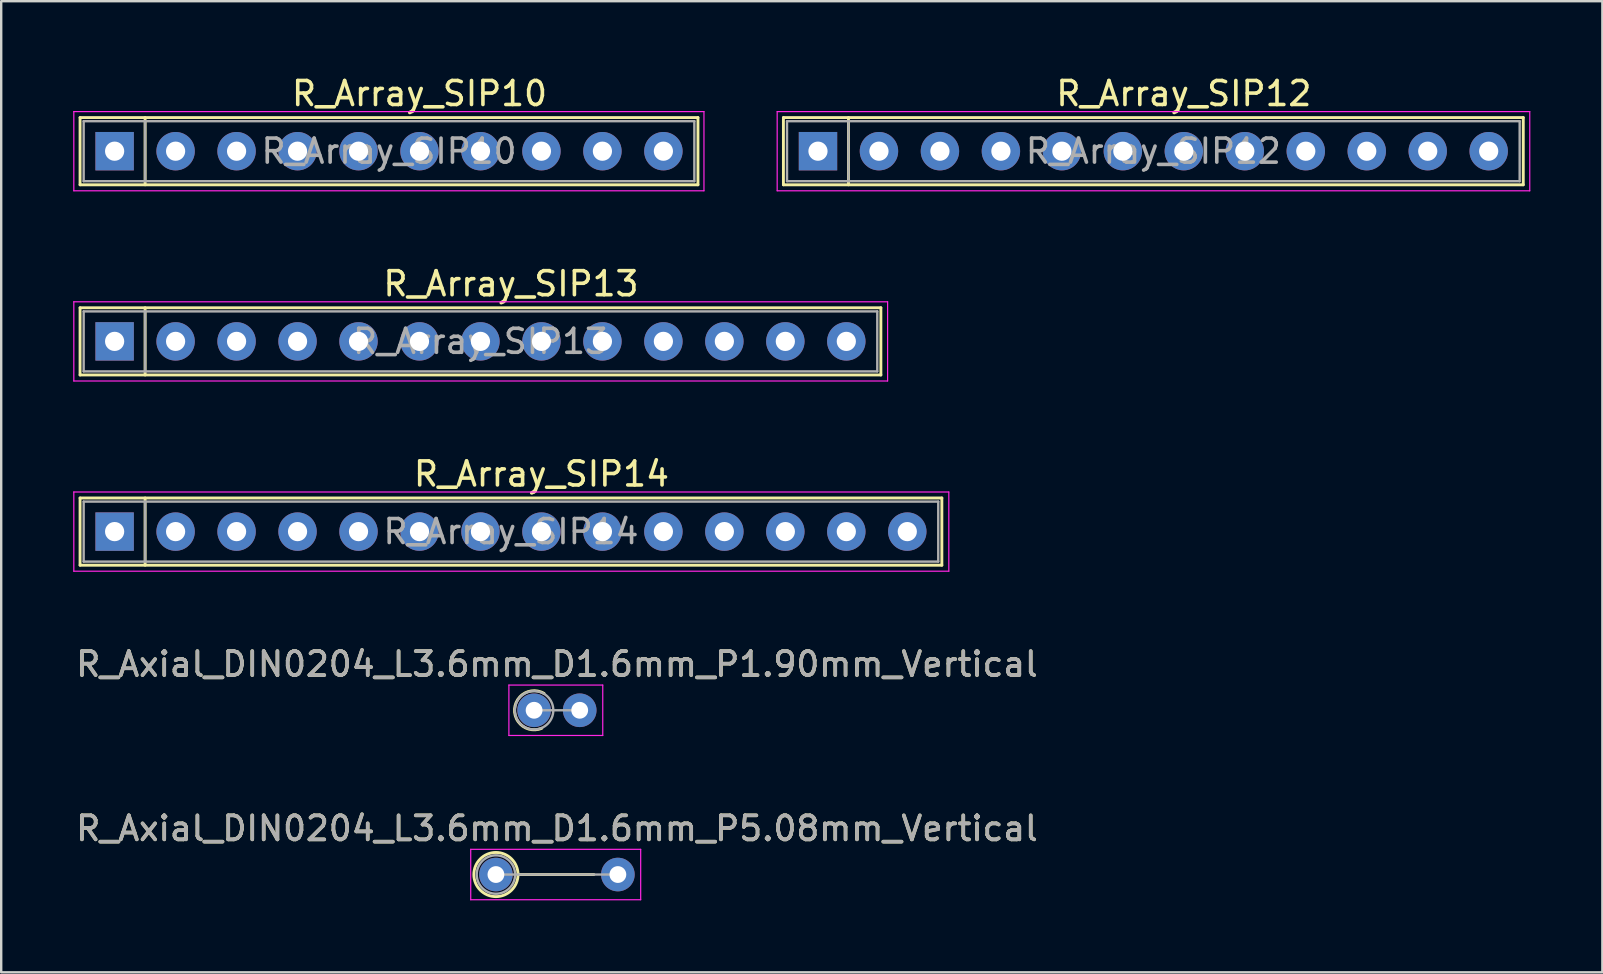
<source format=kicad_pcb>
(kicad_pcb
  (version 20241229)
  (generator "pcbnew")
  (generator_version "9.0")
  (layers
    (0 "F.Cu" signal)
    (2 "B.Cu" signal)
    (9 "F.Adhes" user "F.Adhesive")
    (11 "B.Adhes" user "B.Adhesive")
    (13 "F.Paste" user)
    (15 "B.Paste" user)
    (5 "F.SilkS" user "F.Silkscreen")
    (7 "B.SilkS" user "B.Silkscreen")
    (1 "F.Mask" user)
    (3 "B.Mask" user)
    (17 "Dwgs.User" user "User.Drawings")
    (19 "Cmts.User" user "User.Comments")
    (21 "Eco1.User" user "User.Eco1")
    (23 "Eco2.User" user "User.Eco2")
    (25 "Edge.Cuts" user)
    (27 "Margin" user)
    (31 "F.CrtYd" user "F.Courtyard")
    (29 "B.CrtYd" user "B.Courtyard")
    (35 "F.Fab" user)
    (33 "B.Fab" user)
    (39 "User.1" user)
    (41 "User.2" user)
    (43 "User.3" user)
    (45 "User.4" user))
  (footprint "R_Array_SIP12"
    (layer "F.Cu")
    (at 31.025 3.248)
    (property "Reference" "R_Array_SIP12" (at 15.24 -2.4 0) (layer "F.SilkS") (effects (font (size 1 1) (thickness 0.15))))
    (attr through_hole)
    (fp_line (start -1.44 -1.4) (end -1.44 1.4) (stroke (width 0.12) (type solid)) (layer "F.SilkS"))
    (fp_line (start -1.44 1.4) (end 29.38 1.4) (stroke (width 0.12) (type solid)) (layer "F.SilkS"))
    (fp_line (start 1.27 -1.4) (end 1.27 1.4) (stroke (width 0.12) (type solid)) (layer "F.SilkS"))
    (fp_line (start 29.38 -1.4) (end -1.44 -1.4) (stroke (width 0.12) (type solid)) (layer "F.SilkS"))
    (fp_line (start 29.38 1.4) (end 29.38 -1.4) (stroke (width 0.12) (type solid)) (layer "F.SilkS"))
    (fp_line (start -1.7 -1.65) (end -1.7 1.65) (stroke (width 0.05) (type solid)) (layer "F.CrtYd"))
    (fp_line (start -1.7 1.65) (end 29.65 1.65) (stroke (width 0.05) (type solid)) (layer "F.CrtYd"))
    (fp_line (start 29.65 -1.65) (end -1.7 -1.65) (stroke (width 0.05) (type solid)) (layer "F.CrtYd"))
    (fp_line (start 29.65 1.65) (end 29.65 -1.65) (stroke (width 0.05) (type solid)) (layer "F.CrtYd"))
    (fp_line (start -1.29 -1.25) (end -1.29 1.25) (stroke (width 0.1) (type solid)) (layer "F.Fab"))
    (fp_line (start -1.29 1.25) (end 29.23 1.25) (stroke (width 0.1) (type solid)) (layer "F.Fab"))
    (fp_line (start 1.27 -1.25) (end 1.27 1.25) (stroke (width 0.1) (type solid)) (layer "F.Fab"))
    (fp_line (start 29.23 -1.25) (end -1.29 -1.25) (stroke (width 0.1) (type solid)) (layer "F.Fab"))
    (fp_line (start 29.23 1.25) (end 29.23 -1.25) (stroke (width 0.1) (type solid)) (layer "F.Fab"))
    (fp_text user "${REFERENCE}" (at 13.97 0 0) (layer "F.Fab") (effects (font (size 1 1) (thickness 0.15))))
    (pad "1" thru_hole rect (at 0 0) (size 1.6 1.6) (drill 0.8) (layers "*.Cu" "*.Mask"))
    (pad "2" thru_hole oval (at 2.54 0) (size 1.6 1.6) (drill 0.8) (layers "*.Cu" "*.Mask"))
    (pad "3" thru_hole oval (at 5.08 0) (size 1.6 1.6) (drill 0.8) (layers "*.Cu" "*.Mask"))
    (pad "4" thru_hole oval (at 7.62 0) (size 1.6 1.6) (drill 0.8) (layers "*.Cu" "*.Mask"))
    (pad "5" thru_hole oval (at 10.16 0) (size 1.6 1.6) (drill 0.8) (layers "*.Cu" "*.Mask"))
    (pad "6" thru_hole oval (at 12.7 0) (size 1.6 1.6) (drill 0.8) (layers "*.Cu" "*.Mask"))
    (pad "7" thru_hole oval (at 15.24 0) (size 1.6 1.6) (drill 0.8) (layers "*.Cu" "*.Mask"))
    (pad "8" thru_hole oval (at 17.78 0) (size 1.6 1.6) (drill 0.8) (layers "*.Cu" "*.Mask"))
    (pad "9" thru_hole oval (at 20.32 0) (size 1.6 1.6) (drill 0.8) (layers "*.Cu" "*.Mask"))
    (pad "10" thru_hole oval (at 22.86 0) (size 1.6 1.6) (drill 0.8) (layers "*.Cu" "*.Mask"))
    (pad "11" thru_hole oval (at 25.4 0) (size 1.6 1.6) (drill 0.8) (layers "*.Cu" "*.Mask"))
    (pad "12" thru_hole oval (at 27.94 0) (size 1.6 1.6) (drill 0.8) (layers "*.Cu" "*.Mask")))
  (footprint "R_Axial_DIN0204_L3.6mm_D1.6mm_P1.90mm_Vertical"
    (layer "F.Cu")
    (at 19.199 26.538)
    (property "Reference" "R_Axial_DIN0204_L3.6mm_D1.6mm_P1.90mm_Vertical" (at 0.95 -1.92 0) (layer "F.SilkS") (effects (font (size 1 1) (thickness 0.15))))
    (attr through_hole)
    (fp_arc (start 0.320095 0.749359) (mid -0.813042 -0.054435) (end 0.417133 -0.7) (stroke (width 0.12) (type solid)) (layer "F.SilkS"))
    (fp_line (start -1.05 -1.05) (end -1.05 1.05) (stroke (width 0.05) (type solid)) (layer "F.CrtYd"))
    (fp_line (start -1.05 1.05) (end 2.86 1.05) (stroke (width 0.05) (type solid)) (layer "F.CrtYd"))
    (fp_line (start 2.86 -1.05) (end -1.05 -1.05) (stroke (width 0.05) (type solid)) (layer "F.CrtYd"))
    (fp_line (start 2.86 1.05) (end 2.86 -1.05) (stroke (width 0.05) (type solid)) (layer "F.CrtYd"))
    (fp_line (start 0 0) (end 1.9 0) (stroke (width 0.1) (type solid)) (layer "F.Fab"))
    (fp_circle (center 0 0) (end 0.8 0) (stroke (width 0.1) (type solid)) (fill no) (layer "F.Fab"))
    (fp_text user "${REFERENCE}" (at 0.95 -1.92 0) (layer "F.Fab") (effects (font (size 1 1) (thickness 0.15))))
    (pad "1" thru_hole circle (at 0 0) (size 1.4 1.4) (drill 0.7) (layers "*.Cu" "*.Mask"))
    (pad "2" thru_hole oval (at 1.9 0) (size 1.4 1.4) (drill 0.7) (layers "*.Cu" "*.Mask")))
  (footprint "R_Array_SIP13"
    (layer "F.Cu")
    (at 1.725 11.171)
    (property "Reference" "R_Array_SIP13" (at 16.51 -2.4 0) (layer "F.SilkS") (effects (font (size 1 1) (thickness 0.15))))
    (attr through_hole)
    (fp_line (start -1.44 -1.4) (end -1.44 1.4) (stroke (width 0.12) (type solid)) (layer "F.SilkS"))
    (fp_line (start -1.44 1.4) (end 31.92 1.4) (stroke (width 0.12) (type solid)) (layer "F.SilkS"))
    (fp_line (start 1.27 -1.4) (end 1.27 1.4) (stroke (width 0.12) (type solid)) (layer "F.SilkS"))
    (fp_line (start 31.92 -1.4) (end -1.44 -1.4) (stroke (width 0.12) (type solid)) (layer "F.SilkS"))
    (fp_line (start 31.92 1.4) (end 31.92 -1.4) (stroke (width 0.12) (type solid)) (layer "F.SilkS"))
    (fp_line (start -1.7 -1.65) (end -1.7 1.65) (stroke (width 0.05) (type solid)) (layer "F.CrtYd"))
    (fp_line (start -1.7 1.65) (end 32.2 1.65) (stroke (width 0.05) (type solid)) (layer "F.CrtYd"))
    (fp_line (start 32.2 -1.65) (end -1.7 -1.65) (stroke (width 0.05) (type solid)) (layer "F.CrtYd"))
    (fp_line (start 32.2 1.65) (end 32.2 -1.65) (stroke (width 0.05) (type solid)) (layer "F.CrtYd"))
    (fp_line (start -1.29 -1.25) (end -1.29 1.25) (stroke (width 0.1) (type solid)) (layer "F.Fab"))
    (fp_line (start -1.29 1.25) (end 31.77 1.25) (stroke (width 0.1) (type solid)) (layer "F.Fab"))
    (fp_line (start 1.27 -1.25) (end 1.27 1.25) (stroke (width 0.1) (type solid)) (layer "F.Fab"))
    (fp_line (start 31.77 -1.25) (end -1.29 -1.25) (stroke (width 0.1) (type solid)) (layer "F.Fab"))
    (fp_line (start 31.77 1.25) (end 31.77 -1.25) (stroke (width 0.1) (type solid)) (layer "F.Fab"))
    (fp_text user "${REFERENCE}" (at 15.24 0 0) (layer "F.Fab") (effects (font (size 1 1) (thickness 0.15))))
    (pad "1" thru_hole rect (at 0 0) (size 1.6 1.6) (drill 0.8) (layers "*.Cu" "*.Mask"))
    (pad "2" thru_hole oval (at 2.54 0) (size 1.6 1.6) (drill 0.8) (layers "*.Cu" "*.Mask"))
    (pad "3" thru_hole oval (at 5.08 0) (size 1.6 1.6) (drill 0.8) (layers "*.Cu" "*.Mask"))
    (pad "4" thru_hole oval (at 7.62 0) (size 1.6 1.6) (drill 0.8) (layers "*.Cu" "*.Mask"))
    (pad "5" thru_hole oval (at 10.16 0) (size 1.6 1.6) (drill 0.8) (layers "*.Cu" "*.Mask"))
    (pad "6" thru_hole oval (at 12.7 0) (size 1.6 1.6) (drill 0.8) (layers "*.Cu" "*.Mask"))
    (pad "7" thru_hole oval (at 15.24 0) (size 1.6 1.6) (drill 0.8) (layers "*.Cu" "*.Mask"))
    (pad "8" thru_hole oval (at 17.78 0) (size 1.6 1.6) (drill 0.8) (layers "*.Cu" "*.Mask"))
    (pad "9" thru_hole oval (at 20.32 0) (size 1.6 1.6) (drill 0.8) (layers "*.Cu" "*.Mask"))
    (pad "10" thru_hole oval (at 22.86 0) (size 1.6 1.6) (drill 0.8) (layers "*.Cu" "*.Mask"))
    (pad "11" thru_hole oval (at 25.4 0) (size 1.6 1.6) (drill 0.8) (layers "*.Cu" "*.Mask"))
    (pad "12" thru_hole oval (at 27.94 0) (size 1.6 1.6) (drill 0.8) (layers "*.Cu" "*.Mask"))
    (pad "13" thru_hole oval (at 30.48 0) (size 1.6 1.6) (drill 0.8) (layers "*.Cu" "*.Mask")))
  (footprint "R_Array_SIP14"
    (layer "F.Cu")
    (at 1.725 19.095)
    (property "Reference" "R_Array_SIP14" (at 17.78 -2.4 0) (layer "F.SilkS") (effects (font (size 1 1) (thickness 0.15))))
    (attr through_hole)
    (fp_line (start -1.44 -1.4) (end -1.44 1.4) (stroke (width 0.12) (type solid)) (layer "F.SilkS"))
    (fp_line (start -1.44 1.4) (end 34.46 1.4) (stroke (width 0.12) (type solid)) (layer "F.SilkS"))
    (fp_line (start 1.27 -1.4) (end 1.27 1.4) (stroke (width 0.12) (type solid)) (layer "F.SilkS"))
    (fp_line (start 34.46 -1.4) (end -1.44 -1.4) (stroke (width 0.12) (type solid)) (layer "F.SilkS"))
    (fp_line (start 34.46 1.4) (end 34.46 -1.4) (stroke (width 0.12) (type solid)) (layer "F.SilkS"))
    (fp_line (start -1.7 -1.65) (end -1.7 1.65) (stroke (width 0.05) (type solid)) (layer "F.CrtYd"))
    (fp_line (start -1.7 1.65) (end 34.75 1.65) (stroke (width 0.05) (type solid)) (layer "F.CrtYd"))
    (fp_line (start 34.75 -1.65) (end -1.7 -1.65) (stroke (width 0.05) (type solid)) (layer "F.CrtYd"))
    (fp_line (start 34.75 1.65) (end 34.75 -1.65) (stroke (width 0.05) (type solid)) (layer "F.CrtYd"))
    (fp_line (start -1.29 -1.25) (end -1.29 1.25) (stroke (width 0.1) (type solid)) (layer "F.Fab"))
    (fp_line (start -1.29 1.25) (end 34.31 1.25) (stroke (width 0.1) (type solid)) (layer "F.Fab"))
    (fp_line (start 1.27 -1.25) (end 1.27 1.25) (stroke (width 0.1) (type solid)) (layer "F.Fab"))
    (fp_line (start 34.31 -1.25) (end -1.29 -1.25) (stroke (width 0.1) (type solid)) (layer "F.Fab"))
    (fp_line (start 34.31 1.25) (end 34.31 -1.25) (stroke (width 0.1) (type solid)) (layer "F.Fab"))
    (fp_text user "${REFERENCE}" (at 16.51 0 0) (layer "F.Fab") (effects (font (size 1 1) (thickness 0.15))))
    (pad "1" thru_hole rect (at 0 0) (size 1.6 1.6) (drill 0.8) (layers "*.Cu" "*.Mask"))
    (pad "2" thru_hole oval (at 2.54 0) (size 1.6 1.6) (drill 0.8) (layers "*.Cu" "*.Mask"))
    (pad "3" thru_hole oval (at 5.08 0) (size 1.6 1.6) (drill 0.8) (layers "*.Cu" "*.Mask"))
    (pad "4" thru_hole oval (at 7.62 0) (size 1.6 1.6) (drill 0.8) (layers "*.Cu" "*.Mask"))
    (pad "5" thru_hole oval (at 10.16 0) (size 1.6 1.6) (drill 0.8) (layers "*.Cu" "*.Mask"))
    (pad "6" thru_hole oval (at 12.7 0) (size 1.6 1.6) (drill 0.8) (layers "*.Cu" "*.Mask"))
    (pad "7" thru_hole oval (at 15.24 0) (size 1.6 1.6) (drill 0.8) (layers "*.Cu" "*.Mask"))
    (pad "8" thru_hole oval (at 17.78 0) (size 1.6 1.6) (drill 0.8) (layers "*.Cu" "*.Mask"))
    (pad "9" thru_hole oval (at 20.32 0) (size 1.6 1.6) (drill 0.8) (layers "*.Cu" "*.Mask"))
    (pad "10" thru_hole oval (at 22.86 0) (size 1.6 1.6) (drill 0.8) (layers "*.Cu" "*.Mask"))
    (pad "11" thru_hole oval (at 25.4 0) (size 1.6 1.6) (drill 0.8) (layers "*.Cu" "*.Mask"))
    (pad "12" thru_hole oval (at 27.94 0) (size 1.6 1.6) (drill 0.8) (layers "*.Cu" "*.Mask"))
    (pad "13" thru_hole oval (at 30.48 0) (size 1.6 1.6) (drill 0.8) (layers "*.Cu" "*.Mask"))
    (pad "14" thru_hole oval (at 33.02 0) (size 1.6 1.6) (drill 0.8) (layers "*.Cu" "*.Mask")))
  (footprint "R_Axial_DIN0204_L3.6mm_D1.6mm_P5.08mm_Vertical"
    (layer "F.Cu")
    (at 17.609 33.381)
    (property "Reference" "R_Axial_DIN0204_L3.6mm_D1.6mm_P5.08mm_Vertical" (at 2.54 -1.92 0) (layer "F.SilkS") (effects (font (size 1 1) (thickness 0.15))))
    (attr through_hole)
    (fp_line (start 0.92 0) (end 4.08 0) (stroke (width 0.12) (type solid)) (layer "F.SilkS"))
    (fp_circle (center 0 0) (end 0.92 0) (stroke (width 0.12) (type solid)) (fill no) (layer "F.SilkS"))
    (fp_line (start -1.05 -1.05) (end -1.05 1.05) (stroke (width 0.05) (type solid)) (layer "F.CrtYd"))
    (fp_line (start -1.05 1.05) (end 6.03 1.05) (stroke (width 0.05) (type solid)) (layer "F.CrtYd"))
    (fp_line (start 6.03 -1.05) (end -1.05 -1.05) (stroke (width 0.05) (type solid)) (layer "F.CrtYd"))
    (fp_line (start 6.03 1.05) (end 6.03 -1.05) (stroke (width 0.05) (type solid)) (layer "F.CrtYd"))
    (fp_line (start 0 0) (end 5.08 0) (stroke (width 0.1) (type solid)) (layer "F.Fab"))
    (fp_circle (center 0 0) (end 0.8 0) (stroke (width 0.1) (type solid)) (fill no) (layer "F.Fab"))
    (fp_text user "${REFERENCE}" (at 2.54 -1.92 0) (layer "F.Fab") (effects (font (size 1 1) (thickness 0.15))))
    (pad "1" thru_hole circle (at 0 0) (size 1.4 1.4) (drill 0.7) (layers "*.Cu" "*.Mask"))
    (pad "2" thru_hole oval (at 5.08 0) (size 1.4 1.4) (drill 0.7) (layers "*.Cu" "*.Mask")))
  (footprint "R_Array_SIP10"
    (layer "F.Cu")
    (at 1.725 3.248)
    (property "Reference" "R_Array_SIP10" (at 12.7 -2.4 0) (layer "F.SilkS") (effects (font (size 1 1) (thickness 0.15))))
    (attr through_hole)
    (fp_line (start -1.44 -1.4) (end -1.44 1.4) (stroke (width 0.12) (type solid)) (layer "F.SilkS"))
    (fp_line (start -1.44 1.4) (end 24.3 1.4) (stroke (width 0.12) (type solid)) (layer "F.SilkS"))
    (fp_line (start 1.27 -1.4) (end 1.27 1.4) (stroke (width 0.12) (type solid)) (layer "F.SilkS"))
    (fp_line (start 24.3 -1.4) (end -1.44 -1.4) (stroke (width 0.12) (type solid)) (layer "F.SilkS"))
    (fp_line (start 24.3 1.4) (end 24.3 -1.4) (stroke (width 0.12) (type solid)) (layer "F.SilkS"))
    (fp_line (start -1.7 -1.65) (end -1.7 1.65) (stroke (width 0.05) (type solid)) (layer "F.CrtYd"))
    (fp_line (start -1.7 1.65) (end 24.55 1.65) (stroke (width 0.05) (type solid)) (layer "F.CrtYd"))
    (fp_line (start 24.55 -1.65) (end -1.7 -1.65) (stroke (width 0.05) (type solid)) (layer "F.CrtYd"))
    (fp_line (start 24.55 1.65) (end 24.55 -1.65) (stroke (width 0.05) (type solid)) (layer "F.CrtYd"))
    (fp_line (start -1.29 -1.25) (end -1.29 1.25) (stroke (width 0.1) (type solid)) (layer "F.Fab"))
    (fp_line (start -1.29 1.25) (end 24.15 1.25) (stroke (width 0.1) (type solid)) (layer "F.Fab"))
    (fp_line (start 1.27 -1.25) (end 1.27 1.25) (stroke (width 0.1) (type solid)) (layer "F.Fab"))
    (fp_line (start 24.15 -1.25) (end -1.29 -1.25) (stroke (width 0.1) (type solid)) (layer "F.Fab"))
    (fp_line (start 24.15 1.25) (end 24.15 -1.25) (stroke (width 0.1) (type solid)) (layer "F.Fab"))
    (fp_text user "${REFERENCE}" (at 11.43 0 0) (layer "F.Fab") (effects (font (size 1 1) (thickness 0.15))))
    (pad "1" thru_hole rect (at 0 0) (size 1.6 1.6) (drill 0.8) (layers "*.Cu" "*.Mask"))
    (pad "2" thru_hole oval (at 2.54 0) (size 1.6 1.6) (drill 0.8) (layers "*.Cu" "*.Mask"))
    (pad "3" thru_hole oval (at 5.08 0) (size 1.6 1.6) (drill 0.8) (layers "*.Cu" "*.Mask"))
    (pad "4" thru_hole oval (at 7.62 0) (size 1.6 1.6) (drill 0.8) (layers "*.Cu" "*.Mask"))
    (pad "5" thru_hole oval (at 10.16 0) (size 1.6 1.6) (drill 0.8) (layers "*.Cu" "*.Mask"))
    (pad "6" thru_hole oval (at 12.7 0) (size 1.6 1.6) (drill 0.8) (layers "*.Cu" "*.Mask"))
    (pad "7" thru_hole oval (at 15.24 0) (size 1.6 1.6) (drill 0.8) (layers "*.Cu" "*.Mask"))
    (pad "8" thru_hole oval (at 17.78 0) (size 1.6 1.6) (drill 0.8) (layers "*.Cu" "*.Mask"))
    (pad "9" thru_hole oval (at 20.32 0) (size 1.6 1.6) (drill 0.8) (layers "*.Cu" "*.Mask"))
    (pad "10" thru_hole oval (at 22.86 0) (size 1.6 1.6) (drill 0.8) (layers "*.Cu" "*.Mask")))
  (gr_rect
    (start -3 -3)
    (end 63.7 37.456)
    (stroke (width 0.1) (type default))
    (fill no)
    (layer "Edge.Cuts")))
</source>
